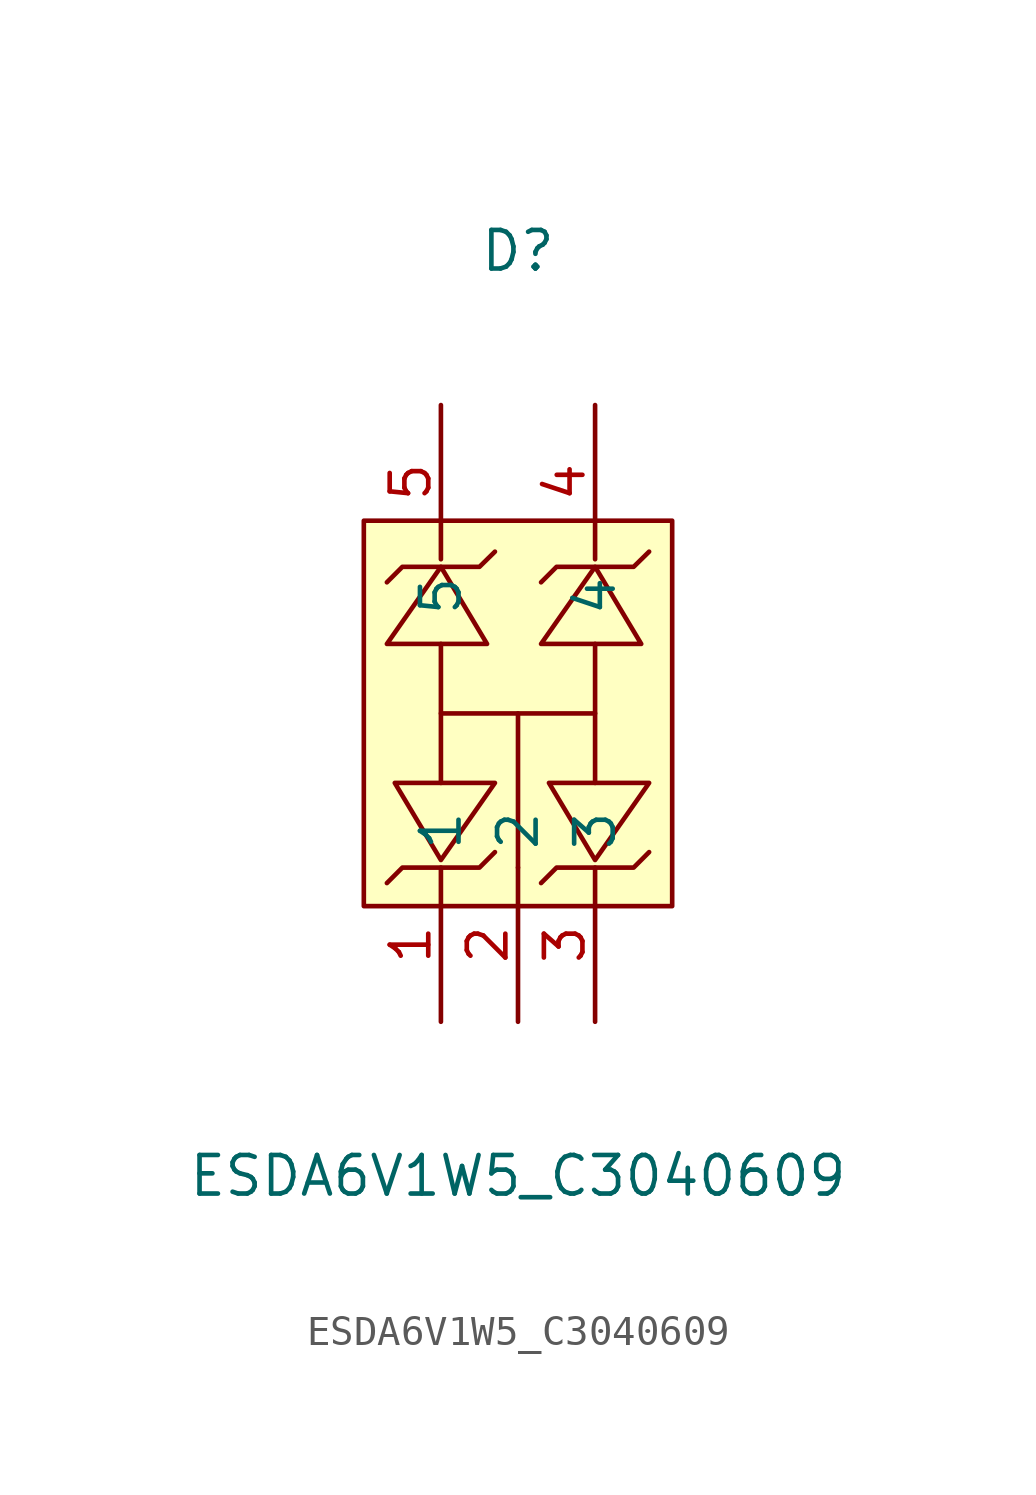
<source format=kicad_sym>
(kicad_symbol_lib
  (version 20211014)
  (generator https://github.com/uPesy/easyeda2kicad.py)
  (symbol "ESDA6V1W5_C3040609"
    (property "Reference" "D"
      (at 0 15.24 0)
      (effects (font (size 1.27 1.27))))
    (property "Value" "ESDA6V1W5_C3040609"
      (at 0 -15.24 0)
      (effects (font (size 1.27 1.27))))
    (symbol "ESDA6V1W5_C3040609_0_1"
      (rectangle (start -5.08 6.35) (end 5.08 -6.35) (stroke (width 0) (type default) (color 0 0 0 0)) (fill (type background)))
      (polyline (pts (xy -4.06 -2.29) (xy -2.54 -4.83) (xy -0.76 -2.29) (xy -4.06 -2.29)) (stroke (width 0) (type default) (color 0 0 0 0)) (fill (type background)))
      (polyline (pts (xy -1.02 2.29) (xy -2.54 4.83) (xy -4.32 2.29) (xy -1.02 2.29)) (stroke (width 0) (type default) (color 0 0 0 0)) (fill (type background)))
      (polyline (pts (xy 1.02 -2.29) (xy 2.54 -4.83) (xy 4.32 -2.29) (xy 1.02 -2.29)) (stroke (width 0) (type default) (color 0 0 0 0)) (fill (type background)))
      (polyline (pts (xy 4.06 2.29) (xy 2.54 4.83) (xy 0.76 2.29) (xy 4.06 2.29)) (stroke (width 0) (type default) (color 0 0 0 0)) (fill (type background)))
      (polyline (pts (xy 0.76 4.32) (xy 1.27 4.83) (xy 3.81 4.83) (xy 4.32 5.33)) (stroke (width 0) (type default) (color 0 0 0 0)) (fill (type none)))
      (polyline (pts (xy -4.32 4.32) (xy -3.81 4.83) (xy -1.27 4.83) (xy -0.76 5.33)) (stroke (width 0) (type default) (color 0 0 0 0)) (fill (type none)))
      (polyline (pts (xy 0.76 -5.59) (xy 1.27 -5.08) (xy 3.81 -5.08) (xy 4.32 -4.57)) (stroke (width 0) (type default) (color 0 0 0 0)) (fill (type none)))
      (polyline (pts (xy -4.32 -5.59) (xy -3.81 -5.08) (xy -1.27 -5.08) (xy -0.76 -4.57)) (stroke (width 0) (type default) (color 0 0 0 0)) (fill (type none)))
      (polyline (pts (xy 0.00 -5.08) (xy 0.00 -0.00)) (stroke (width 0) (type default) (color 0 0 0 0)) (fill (type none)))
      (polyline (pts (xy -2.54 -2.29) (xy -2.54 2.29)) (stroke (width 0) (type default) (color 0 0 0 0)) (fill (type none)))
      (polyline (pts (xy 2.54 -2.29) (xy 2.54 2.29)) (stroke (width 0) (type default) (color 0 0 0 0)) (fill (type none)))
      (polyline (pts (xy 2.54 -0.00) (xy -2.54 -0.00)) (stroke (width 0) (type default) (color 0 0 0 0)) (fill (type none)))
      (pin unspecified line (at -2.54 -10.16 90) (length 5.08) (name "1" (effects (font (size 1.27 1.27)))) (number "1" (effects (font (size 1.27 1.27)))))
      (pin unspecified line (at 0.00 -10.16 90) (length 5.08) (name "2" (effects (font (size 1.27 1.27)))) (number "2" (effects (font (size 1.27 1.27)))))
      (pin unspecified line (at 2.54 -10.16 90) (length 5.08) (name "3" (effects (font (size 1.27 1.27)))) (number "3" (effects (font (size 1.27 1.27)))))
      (pin unspecified line (at 2.54 10.16 270) (length 5.08) (name "4" (effects (font (size 1.27 1.27)))) (number "4" (effects (font (size 1.27 1.27)))))
      (pin unspecified line (at -2.54 10.16 270) (length 5.08) (name "5" (effects (font (size 1.27 1.27)))) (number "5" (effects (font (size 1.27 1.27))))))))
</source>
